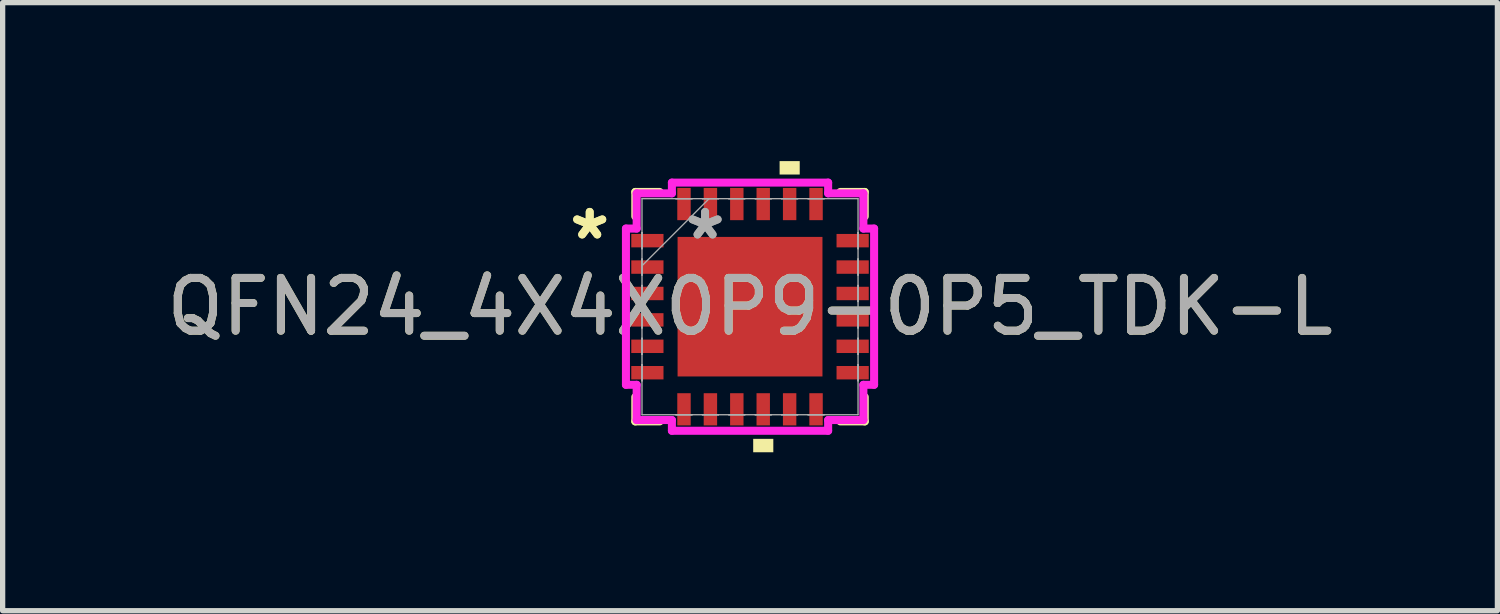
<source format=kicad_pcb>
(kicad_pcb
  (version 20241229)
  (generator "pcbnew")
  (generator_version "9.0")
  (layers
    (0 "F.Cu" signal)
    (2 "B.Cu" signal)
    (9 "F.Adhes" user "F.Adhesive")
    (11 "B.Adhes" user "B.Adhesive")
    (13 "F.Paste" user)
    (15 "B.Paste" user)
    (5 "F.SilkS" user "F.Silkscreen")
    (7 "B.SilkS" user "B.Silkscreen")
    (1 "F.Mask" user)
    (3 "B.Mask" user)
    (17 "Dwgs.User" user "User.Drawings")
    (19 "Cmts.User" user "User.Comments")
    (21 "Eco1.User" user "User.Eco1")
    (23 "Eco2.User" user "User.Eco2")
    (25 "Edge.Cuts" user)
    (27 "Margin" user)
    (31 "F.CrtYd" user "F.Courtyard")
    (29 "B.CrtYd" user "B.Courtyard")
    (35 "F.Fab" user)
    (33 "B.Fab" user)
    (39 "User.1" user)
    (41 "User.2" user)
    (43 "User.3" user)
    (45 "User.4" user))
  (footprint "QFN24_4X4X0P9-0P5_TDK-L"
    (layer "F.Cu")
    (at 11.149 2.756)
    (property "Reference" "QFN24_4X4X0P9-0P5_TDK-L" (at 0 0 0) (unlocked yes) (layer "F.SilkS") (effects (font (size 1 1) (thickness 0.15))))
    (attr smd)
    (fp_line (start -2.172 -2.172) (end -2.172 -1.71) (stroke (width 0.152) (type solid)) (layer "F.SilkS"))
    (fp_line (start -2.172 1.71) (end -2.172 2.172) (stroke (width 0.152) (type solid)) (layer "F.SilkS"))
    (fp_line (start -2.172 2.172) (end -1.71 2.172) (stroke (width 0.152) (type solid)) (layer "F.SilkS"))
    (fp_line (start -1.71 -2.172) (end -2.172 -2.172) (stroke (width 0.152) (type solid)) (layer "F.SilkS"))
    (fp_line (start 1.71 2.172) (end 2.172 2.172) (stroke (width 0.152) (type solid)) (layer "F.SilkS"))
    (fp_line (start 2.172 -2.172) (end 1.71 -2.172) (stroke (width 0.152) (type solid)) (layer "F.SilkS"))
    (fp_line (start 2.172 -1.71) (end 2.172 -2.172) (stroke (width 0.152) (type solid)) (layer "F.SilkS"))
    (fp_line (start 2.172 2.172) (end 2.172 1.71) (stroke (width 0.152) (type solid)) (layer "F.SilkS"))
    (fp_poly (pts (xy 0.06 2.502) (xy 0.06 2.756) (xy 0.441 2.756) (xy 0.441 2.502)) (stroke (width 0) (type solid)) (fill yes) (layer "F.SilkS"))
    (fp_poly (pts (xy 0.56 -2.502) (xy 0.56 -2.756) (xy 0.941 -2.756) (xy 0.941 -2.502)) (stroke (width 0) (type solid)) (fill yes) (layer "F.SilkS"))
    (fp_line (start -2.349 -1.479) (end -2.146 -1.479) (stroke (width 0.152) (type solid)) (layer "F.CrtYd"))
    (fp_line (start -2.349 1.479) (end -2.349 -1.479) (stroke (width 0.152) (type solid)) (layer "F.CrtYd"))
    (fp_line (start -2.146 -2.146) (end -1.479 -2.146) (stroke (width 0.152) (type solid)) (layer "F.CrtYd"))
    (fp_line (start -2.146 -1.479) (end -2.146 -2.146) (stroke (width 0.152) (type solid)) (layer "F.CrtYd"))
    (fp_line (start -2.146 1.479) (end -2.349 1.479) (stroke (width 0.152) (type solid)) (layer "F.CrtYd"))
    (fp_line (start -2.146 2.146) (end -2.146 1.479) (stroke (width 0.152) (type solid)) (layer "F.CrtYd"))
    (fp_line (start -1.479 -2.349) (end 1.479 -2.349) (stroke (width 0.152) (type solid)) (layer "F.CrtYd"))
    (fp_line (start -1.479 -2.146) (end -1.479 -2.349) (stroke (width 0.152) (type solid)) (layer "F.CrtYd"))
    (fp_line (start -1.479 2.146) (end -2.146 2.146) (stroke (width 0.152) (type solid)) (layer "F.CrtYd"))
    (fp_line (start -1.479 2.349) (end -1.479 2.146) (stroke (width 0.152) (type solid)) (layer "F.CrtYd"))
    (fp_line (start 1.479 -2.349) (end 1.479 -2.146) (stroke (width 0.152) (type solid)) (layer "F.CrtYd"))
    (fp_line (start 1.479 -2.146) (end 2.146 -2.146) (stroke (width 0.152) (type solid)) (layer "F.CrtYd"))
    (fp_line (start 1.479 2.146) (end 1.479 2.349) (stroke (width 0.152) (type solid)) (layer "F.CrtYd"))
    (fp_line (start 1.479 2.349) (end -1.479 2.349) (stroke (width 0.152) (type solid)) (layer "F.CrtYd"))
    (fp_line (start 2.146 -2.146) (end 2.146 -1.479) (stroke (width 0.152) (type solid)) (layer "F.CrtYd"))
    (fp_line (start 2.146 -1.479) (end 2.349 -1.479) (stroke (width 0.152) (type solid)) (layer "F.CrtYd"))
    (fp_line (start 2.146 1.479) (end 2.146 2.146) (stroke (width 0.152) (type solid)) (layer "F.CrtYd"))
    (fp_line (start 2.146 2.146) (end 1.479 2.146) (stroke (width 0.152) (type solid)) (layer "F.CrtYd"))
    (fp_line (start 2.349 -1.479) (end 2.349 1.479) (stroke (width 0.152) (type solid)) (layer "F.CrtYd"))
    (fp_line (start 2.349 1.479) (end 2.146 1.479) (stroke (width 0.152) (type solid)) (layer "F.CrtYd"))
    (fp_line (start -2.045 -2.045) (end -2.045 2.045) (stroke (width 0.025) (type solid)) (layer "F.Fab"))
    (fp_line (start -2.045 -1.403) (end -2.045 -1.403) (stroke (width 0.025) (type solid)) (layer "F.Fab"))
    (fp_line (start -2.045 -1.403) (end -2.045 -1.098) (stroke (width 0.025) (type solid)) (layer "F.Fab"))
    (fp_line (start -2.045 -1.098) (end -2.045 -1.403) (stroke (width 0.025) (type solid)) (layer "F.Fab"))
    (fp_line (start -2.045 -1.098) (end -2.045 -1.098) (stroke (width 0.025) (type solid)) (layer "F.Fab"))
    (fp_line (start -2.045 -0.903) (end -2.045 -0.903) (stroke (width 0.025) (type solid)) (layer "F.Fab"))
    (fp_line (start -2.045 -0.903) (end -2.045 -0.598) (stroke (width 0.025) (type solid)) (layer "F.Fab"))
    (fp_line (start -2.045 -0.775) (end -0.775 -2.045) (stroke (width 0.025) (type solid)) (layer "F.Fab"))
    (fp_line (start -2.045 -0.598) (end -2.045 -0.903) (stroke (width 0.025) (type solid)) (layer "F.Fab"))
    (fp_line (start -2.045 -0.598) (end -2.045 -0.598) (stroke (width 0.025) (type solid)) (layer "F.Fab"))
    (fp_line (start -2.045 -0.402) (end -2.045 -0.402) (stroke (width 0.025) (type solid)) (layer "F.Fab"))
    (fp_line (start -2.045 -0.402) (end -2.045 -0.098) (stroke (width 0.025) (type solid)) (layer "F.Fab"))
    (fp_line (start -2.045 -0.098) (end -2.045 -0.402) (stroke (width 0.025) (type solid)) (layer "F.Fab"))
    (fp_line (start -2.045 -0.098) (end -2.045 -0.098) (stroke (width 0.025) (type solid)) (layer "F.Fab"))
    (fp_line (start -2.045 0.098) (end -2.045 0.098) (stroke (width 0.025) (type solid)) (layer "F.Fab"))
    (fp_line (start -2.045 0.098) (end -2.045 0.402) (stroke (width 0.025) (type solid)) (layer "F.Fab"))
    (fp_line (start -2.045 0.402) (end -2.045 0.098) (stroke (width 0.025) (type solid)) (layer "F.Fab"))
    (fp_line (start -2.045 0.402) (end -2.045 0.402) (stroke (width 0.025) (type solid)) (layer "F.Fab"))
    (fp_line (start -2.045 0.598) (end -2.045 0.598) (stroke (width 0.025) (type solid)) (layer "F.Fab"))
    (fp_line (start -2.045 0.598) (end -2.045 0.903) (stroke (width 0.025) (type solid)) (layer "F.Fab"))
    (fp_line (start -2.045 0.903) (end -2.045 0.598) (stroke (width 0.025) (type solid)) (layer "F.Fab"))
    (fp_line (start -2.045 0.903) (end -2.045 0.903) (stroke (width 0.025) (type solid)) (layer "F.Fab"))
    (fp_line (start -2.045 1.098) (end -2.045 1.098) (stroke (width 0.025) (type solid)) (layer "F.Fab"))
    (fp_line (start -2.045 1.098) (end -2.045 1.403) (stroke (width 0.025) (type solid)) (layer "F.Fab"))
    (fp_line (start -2.045 1.403) (end -2.045 1.098) (stroke (width 0.025) (type solid)) (layer "F.Fab"))
    (fp_line (start -2.045 1.403) (end -2.045 1.403) (stroke (width 0.025) (type solid)) (layer "F.Fab"))
    (fp_line (start -2.045 2.045) (end 2.045 2.045) (stroke (width 0.025) (type solid)) (layer "F.Fab"))
    (fp_line (start -1.403 -2.045) (end -1.403 -2.045) (stroke (width 0.025) (type solid)) (layer "F.Fab"))
    (fp_line (start -1.403 -2.045) (end -1.098 -2.045) (stroke (width 0.025) (type solid)) (layer "F.Fab"))
    (fp_line (start -1.403 2.045) (end -1.403 2.045) (stroke (width 0.025) (type solid)) (layer "F.Fab"))
    (fp_line (start -1.403 2.045) (end -1.098 2.045) (stroke (width 0.025) (type solid)) (layer "F.Fab"))
    (fp_line (start -1.098 -2.045) (end -1.403 -2.045) (stroke (width 0.025) (type solid)) (layer "F.Fab"))
    (fp_line (start -1.098 -2.045) (end -1.098 -2.045) (stroke (width 0.025) (type solid)) (layer "F.Fab"))
    (fp_line (start -1.098 2.045) (end -1.403 2.045) (stroke (width 0.025) (type solid)) (layer "F.Fab"))
    (fp_line (start -1.098 2.045) (end -1.098 2.045) (stroke (width 0.025) (type solid)) (layer "F.Fab"))
    (fp_line (start -0.903 -2.045) (end -0.903 -2.045) (stroke (width 0.025) (type solid)) (layer "F.Fab"))
    (fp_line (start -0.903 -2.045) (end -0.598 -2.045) (stroke (width 0.025) (type solid)) (layer "F.Fab"))
    (fp_line (start -0.903 2.045) (end -0.903 2.045) (stroke (width 0.025) (type solid)) (layer "F.Fab"))
    (fp_line (start -0.903 2.045) (end -0.598 2.045) (stroke (width 0.025) (type solid)) (layer "F.Fab"))
    (fp_line (start -0.598 -2.045) (end -0.903 -2.045) (stroke (width 0.025) (type solid)) (layer "F.Fab"))
    (fp_line (start -0.598 -2.045) (end -0.598 -2.045) (stroke (width 0.025) (type solid)) (layer "F.Fab"))
    (fp_line (start -0.598 2.045) (end -0.903 2.045) (stroke (width 0.025) (type solid)) (layer "F.Fab"))
    (fp_line (start -0.598 2.045) (end -0.598 2.045) (stroke (width 0.025) (type solid)) (layer "F.Fab"))
    (fp_line (start -0.402 -2.045) (end -0.402 -2.045) (stroke (width 0.025) (type solid)) (layer "F.Fab"))
    (fp_line (start -0.402 -2.045) (end -0.098 -2.045) (stroke (width 0.025) (type solid)) (layer "F.Fab"))
    (fp_line (start -0.402 2.045) (end -0.402 2.045) (stroke (width 0.025) (type solid)) (layer "F.Fab"))
    (fp_line (start -0.402 2.045) (end -0.098 2.045) (stroke (width 0.025) (type solid)) (layer "F.Fab"))
    (fp_line (start -0.098 -2.045) (end -0.402 -2.045) (stroke (width 0.025) (type solid)) (layer "F.Fab"))
    (fp_line (start -0.098 -2.045) (end -0.098 -2.045) (stroke (width 0.025) (type solid)) (layer "F.Fab"))
    (fp_line (start -0.098 2.045) (end -0.402 2.045) (stroke (width 0.025) (type solid)) (layer "F.Fab"))
    (fp_line (start -0.098 2.045) (end -0.098 2.045) (stroke (width 0.025) (type solid)) (layer "F.Fab"))
    (fp_line (start 0.098 -2.045) (end 0.098 -2.045) (stroke (width 0.025) (type solid)) (layer "F.Fab"))
    (fp_line (start 0.098 -2.045) (end 0.402 -2.045) (stroke (width 0.025) (type solid)) (layer "F.Fab"))
    (fp_line (start 0.098 2.045) (end 0.098 2.045) (stroke (width 0.025) (type solid)) (layer "F.Fab"))
    (fp_line (start 0.098 2.045) (end 0.402 2.045) (stroke (width 0.025) (type solid)) (layer "F.Fab"))
    (fp_line (start 0.402 -2.045) (end 0.098 -2.045) (stroke (width 0.025) (type solid)) (layer "F.Fab"))
    (fp_line (start 0.402 -2.045) (end 0.402 -2.045) (stroke (width 0.025) (type solid)) (layer "F.Fab"))
    (fp_line (start 0.402 2.045) (end 0.098 2.045) (stroke (width 0.025) (type solid)) (layer "F.Fab"))
    (fp_line (start 0.402 2.045) (end 0.402 2.045) (stroke (width 0.025) (type solid)) (layer "F.Fab"))
    (fp_line (start 0.598 -2.045) (end 0.598 -2.045) (stroke (width 0.025) (type solid)) (layer "F.Fab"))
    (fp_line (start 0.598 -2.045) (end 0.903 -2.045) (stroke (width 0.025) (type solid)) (layer "F.Fab"))
    (fp_line (start 0.598 2.045) (end 0.598 2.045) (stroke (width 0.025) (type solid)) (layer "F.Fab"))
    (fp_line (start 0.598 2.045) (end 0.903 2.045) (stroke (width 0.025) (type solid)) (layer "F.Fab"))
    (fp_line (start 0.903 -2.045) (end 0.598 -2.045) (stroke (width 0.025) (type solid)) (layer "F.Fab"))
    (fp_line (start 0.903 -2.045) (end 0.903 -2.045) (stroke (width 0.025) (type solid)) (layer "F.Fab"))
    (fp_line (start 0.903 2.045) (end 0.598 2.045) (stroke (width 0.025) (type solid)) (layer "F.Fab"))
    (fp_line (start 0.903 2.045) (end 0.903 2.045) (stroke (width 0.025) (type solid)) (layer "F.Fab"))
    (fp_line (start 1.098 -2.045) (end 1.098 -2.045) (stroke (width 0.025) (type solid)) (layer "F.Fab"))
    (fp_line (start 1.098 -2.045) (end 1.403 -2.045) (stroke (width 0.025) (type solid)) (layer "F.Fab"))
    (fp_line (start 1.098 2.045) (end 1.098 2.045) (stroke (width 0.025) (type solid)) (layer "F.Fab"))
    (fp_line (start 1.098 2.045) (end 1.403 2.045) (stroke (width 0.025) (type solid)) (layer "F.Fab"))
    (fp_line (start 1.403 -2.045) (end 1.098 -2.045) (stroke (width 0.025) (type solid)) (layer "F.Fab"))
    (fp_line (start 1.403 -2.045) (end 1.403 -2.045) (stroke (width 0.025) (type solid)) (layer "F.Fab"))
    (fp_line (start 1.403 2.045) (end 1.098 2.045) (stroke (width 0.025) (type solid)) (layer "F.Fab"))
    (fp_line (start 1.403 2.045) (end 1.403 2.045) (stroke (width 0.025) (type solid)) (layer "F.Fab"))
    (fp_line (start 2.045 -2.045) (end -2.045 -2.045) (stroke (width 0.025) (type solid)) (layer "F.Fab"))
    (fp_line (start 2.045 -1.403) (end 2.045 -1.403) (stroke (width 0.025) (type solid)) (layer "F.Fab"))
    (fp_line (start 2.045 -1.403) (end 2.045 -1.098) (stroke (width 0.025) (type solid)) (layer "F.Fab"))
    (fp_line (start 2.045 -1.098) (end 2.045 -1.403) (stroke (width 0.025) (type solid)) (layer "F.Fab"))
    (fp_line (start 2.045 -1.098) (end 2.045 -1.098) (stroke (width 0.025) (type solid)) (layer "F.Fab"))
    (fp_line (start 2.045 -0.903) (end 2.045 -0.903) (stroke (width 0.025) (type solid)) (layer "F.Fab"))
    (fp_line (start 2.045 -0.903) (end 2.045 -0.598) (stroke (width 0.025) (type solid)) (layer "F.Fab"))
    (fp_line (start 2.045 -0.598) (end 2.045 -0.903) (stroke (width 0.025) (type solid)) (layer "F.Fab"))
    (fp_line (start 2.045 -0.598) (end 2.045 -0.598) (stroke (width 0.025) (type solid)) (layer "F.Fab"))
    (fp_line (start 2.045 -0.402) (end 2.045 -0.402) (stroke (width 0.025) (type solid)) (layer "F.Fab"))
    (fp_line (start 2.045 -0.402) (end 2.045 -0.098) (stroke (width 0.025) (type solid)) (layer "F.Fab"))
    (fp_line (start 2.045 -0.098) (end 2.045 -0.402) (stroke (width 0.025) (type solid)) (layer "F.Fab"))
    (fp_line (start 2.045 -0.098) (end 2.045 -0.098) (stroke (width 0.025) (type solid)) (layer "F.Fab"))
    (fp_line (start 2.045 0.098) (end 2.045 0.098) (stroke (width 0.025) (type solid)) (layer "F.Fab"))
    (fp_line (start 2.045 0.098) (end 2.045 0.402) (stroke (width 0.025) (type solid)) (layer "F.Fab"))
    (fp_line (start 2.045 0.402) (end 2.045 0.098) (stroke (width 0.025) (type solid)) (layer "F.Fab"))
    (fp_line (start 2.045 0.402) (end 2.045 0.402) (stroke (width 0.025) (type solid)) (layer "F.Fab"))
    (fp_line (start 2.045 0.598) (end 2.045 0.598) (stroke (width 0.025) (type solid)) (layer "F.Fab"))
    (fp_line (start 2.045 0.598) (end 2.045 0.903) (stroke (width 0.025) (type solid)) (layer "F.Fab"))
    (fp_line (start 2.045 0.903) (end 2.045 0.598) (stroke (width 0.025) (type solid)) (layer "F.Fab"))
    (fp_line (start 2.045 0.903) (end 2.045 0.903) (stroke (width 0.025) (type solid)) (layer "F.Fab"))
    (fp_line (start 2.045 1.098) (end 2.045 1.098) (stroke (width 0.025) (type solid)) (layer "F.Fab"))
    (fp_line (start 2.045 1.098) (end 2.045 1.403) (stroke (width 0.025) (type solid)) (layer "F.Fab"))
    (fp_line (start 2.045 1.403) (end 2.045 1.098) (stroke (width 0.025) (type solid)) (layer "F.Fab"))
    (fp_line (start 2.045 1.403) (end 2.045 1.403) (stroke (width 0.025) (type solid)) (layer "F.Fab"))
    (fp_line (start 2.045 2.045) (end 2.045 -2.045) (stroke (width 0.025) (type solid)) (layer "F.Fab"))
    (fp_text user "*" (at -3.035 -1.25 0) (unlocked yes) (layer "F.SilkS") (effects (font (size 1 1) (thickness 0.15))))
    (fp_text user "*" (at -3.035 -1.25 0) (layer "F.SilkS") (effects (font (size 1 1) (thickness 0.15))))
    (fp_text user "${REFERENCE}" (at 0 0 0) (unlocked yes) (layer "F.Fab") (effects (font (size 1 1) (thickness 0.15))))
    (fp_text user "*" (at -0.851 -1.25 0) (layer "F.Fab") (effects (font (size 1 1) (thickness 0.15))))
    (fp_text user "*" (at -0.851 -1.25 0) (unlocked yes) (layer "F.Fab") (effects (font (size 1 1) (thickness 0.15))))
    (pad "1" smd rect (at -1.943 -1.25 90) (size 0.254 0.61) (layers "F.Cu" "F.Mask" "F.Paste"))
    (pad "2" smd rect (at -1.943 -0.75 90) (size 0.254 0.61) (layers "F.Cu" "F.Mask" "F.Paste"))
    (pad "3" smd rect (at -1.943 -0.25 90) (size 0.254 0.61) (layers "F.Cu" "F.Mask" "F.Paste"))
    (pad "4" smd rect (at -1.943 0.25 90) (size 0.254 0.61) (layers "F.Cu" "F.Mask" "F.Paste"))
    (pad "5" smd rect (at -1.943 0.75 90) (size 0.254 0.61) (layers "F.Cu" "F.Mask" "F.Paste"))
    (pad "6" smd rect (at -1.943 1.25 90) (size 0.254 0.61) (layers "F.Cu" "F.Mask" "F.Paste"))
    (pad "7" smd rect (at -1.25 1.943) (size 0.254 0.61) (layers "F.Cu" "F.Mask" "F.Paste"))
    (pad "8" smd rect (at -0.75 1.943) (size 0.254 0.61) (layers "F.Cu" "F.Mask" "F.Paste"))
    (pad "9" smd rect (at -0.25 1.943) (size 0.254 0.61) (layers "F.Cu" "F.Mask" "F.Paste"))
    (pad "10" smd rect (at 0.25 1.943) (size 0.254 0.61) (layers "F.Cu" "F.Mask" "F.Paste"))
    (pad "11" smd rect (at 0.75 1.943) (size 0.254 0.61) (layers "F.Cu" "F.Mask" "F.Paste"))
    (pad "12" smd rect (at 1.25 1.943) (size 0.254 0.61) (layers "F.Cu" "F.Mask" "F.Paste"))
    (pad "13" smd rect (at 1.943 1.25 90) (size 0.254 0.61) (layers "F.Cu" "F.Mask" "F.Paste"))
    (pad "14" smd rect (at 1.943 0.75 90) (size 0.254 0.61) (layers "F.Cu" "F.Mask" "F.Paste"))
    (pad "15" smd rect (at 1.943 0.25 90) (size 0.254 0.61) (layers "F.Cu" "F.Mask" "F.Paste"))
    (pad "16" smd rect (at 1.943 -0.25 90) (size 0.254 0.61) (layers "F.Cu" "F.Mask" "F.Paste"))
    (pad "17" smd rect (at 1.943 -0.75 90) (size 0.254 0.61) (layers "F.Cu" "F.Mask" "F.Paste"))
    (pad "18" smd rect (at 1.943 -1.25 90) (size 0.254 0.61) (layers "F.Cu" "F.Mask" "F.Paste"))
    (pad "19" smd rect (at 1.25 -1.943) (size 0.254 0.61) (layers "F.Cu" "F.Mask" "F.Paste"))
    (pad "20" smd rect (at 0.75 -1.943) (size 0.254 0.61) (layers "F.Cu" "F.Mask" "F.Paste"))
    (pad "21" smd rect (at 0.25 -1.943) (size 0.254 0.61) (layers "F.Cu" "F.Mask" "F.Paste"))
    (pad "22" smd rect (at -0.25 -1.943) (size 0.254 0.61) (layers "F.Cu" "F.Mask" "F.Paste"))
    (pad "23" smd rect (at -0.75 -1.943) (size 0.254 0.61) (layers "F.Cu" "F.Mask" "F.Paste"))
    (pad "24" smd rect (at -1.25 -1.943) (size 0.254 0.61) (layers "F.Cu" "F.Mask" "F.Paste"))
    (pad "25" smd rect (at 0 0) (size 2.743 2.642) (layers "F.Cu" "F.Mask" "F.Paste")))
  (gr_rect
    (start -3 -3)
    (end 25.298 8.512)
    (stroke (width 0.1) (type default))
    (fill no)
    (layer "Edge.Cuts")))
</source>
